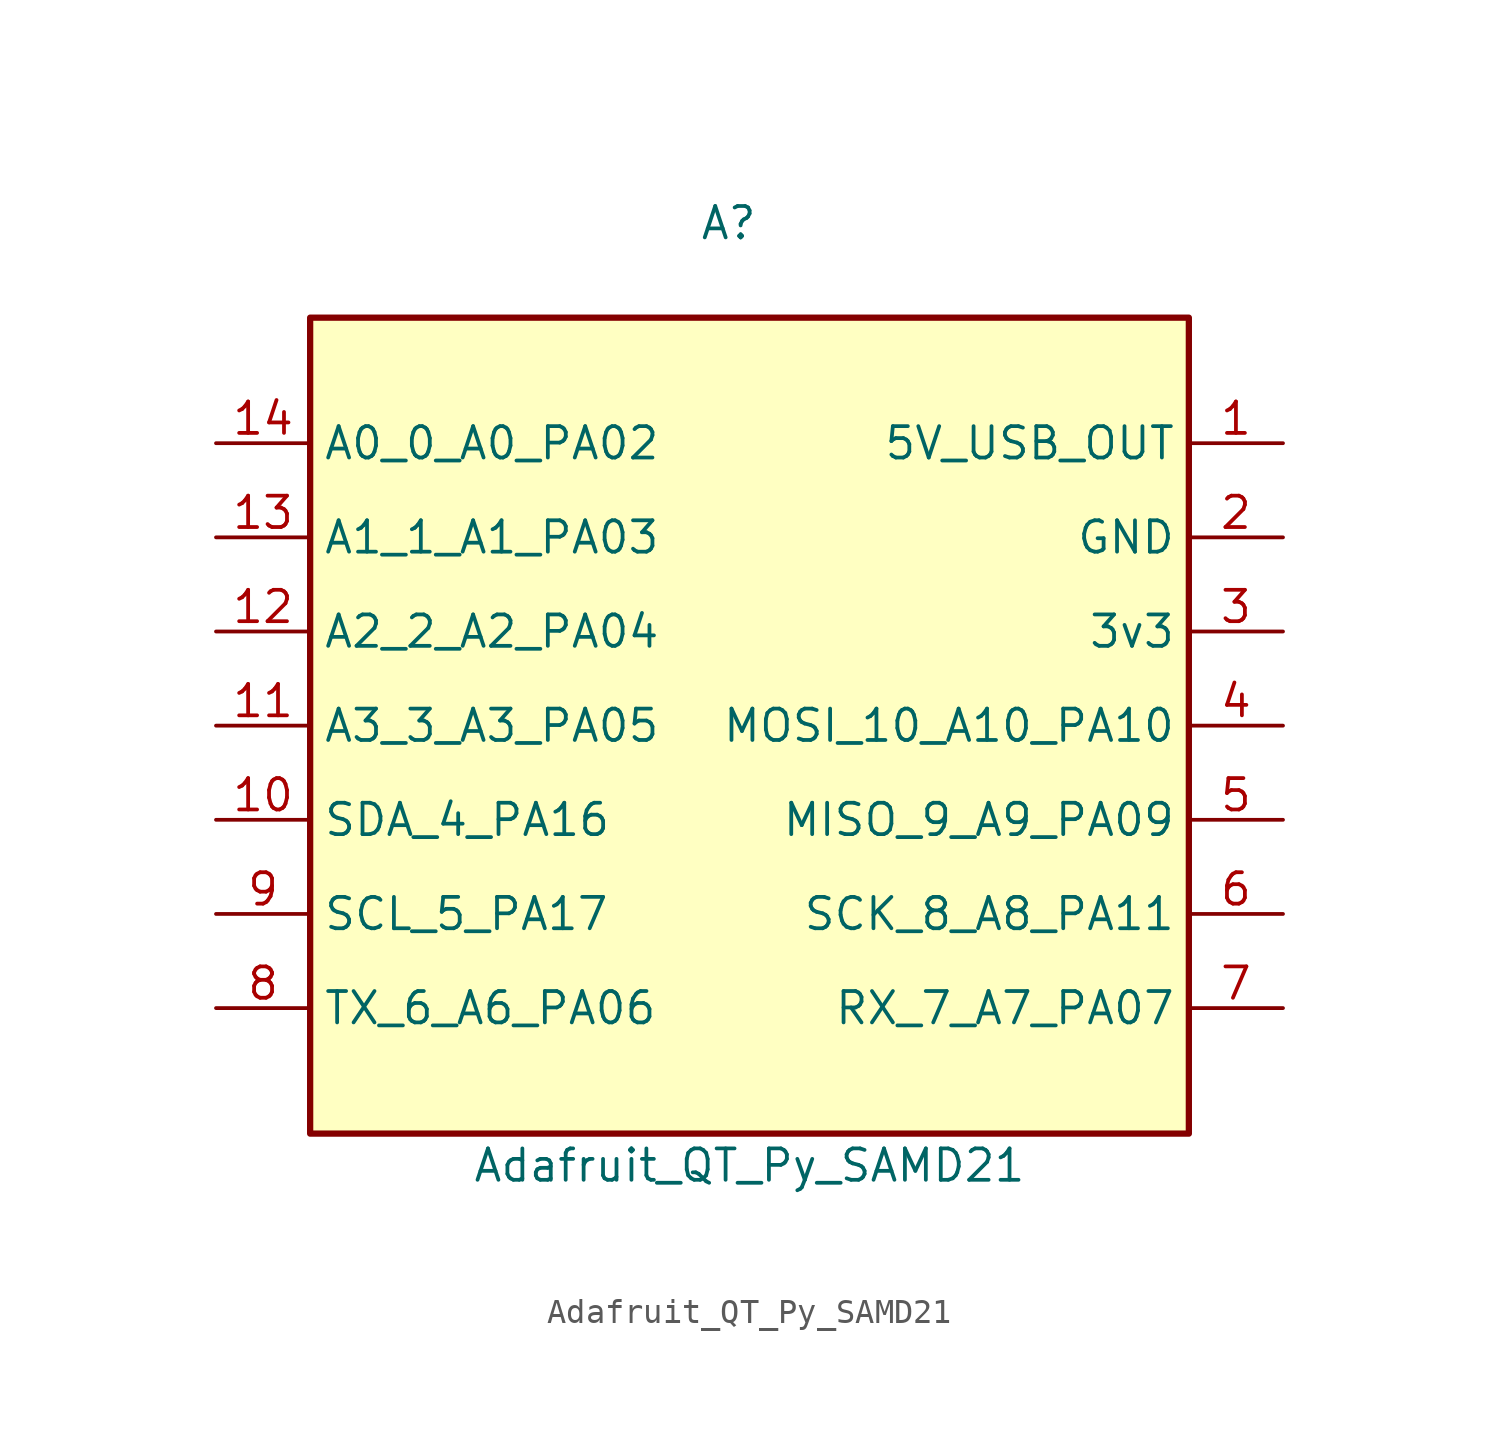
<source format=kicad_sym>
(kicad_symbol_lib
  (version 20231120)
  (generator "kicad_symbol_editor")
  (generator_version "8.0")
  (symbol "Adafruit_QT_Py_SAMD21"
    (property "Reference" "A"
      (at -2.032 21.082 0)
      (effects (font (size 1.27 1.27)) (justify left top)))
    (property "Value" "Adafruit_QT_Py_SAMD21"
      (at 0 -18.542 0)
      (effects (font (size 1.27 1.27)) (justify bottom)))
    (symbol "Adafruit_QT_Py_SAMD21_0_1"
      (rectangle (start -17.78 16.51) (end 17.78 -16.51) (stroke (width 0.254) (type default)) (fill (type background))))
    (symbol "Adafruit_QT_Py_SAMD21_1_1"
      (pin bidirectional line (at 21.59 11.43 180) (length 3.81) (name "5V_USB_OUT" (effects (font (size 1.27 1.27)))) (number "1" (effects (font (size 1.27 1.27)))))
      (pin bidirectional line (at -21.59 -3.81 0) (length 3.81) (name "SDA_4_PA16" (effects (font (size 1.27 1.27)))) (number "10" (effects (font (size 1.27 1.27)))))
      (pin bidirectional line (at -21.59 0 0) (length 3.81) (name "A3_3_A3_PA05" (effects (font (size 1.27 1.27)))) (number "11" (effects (font (size 1.27 1.27)))))
      (pin bidirectional line (at -21.59 3.81 0) (length 3.81) (name "A2_2_A2_PA04" (effects (font (size 1.27 1.27)))) (number "12" (effects (font (size 1.27 1.27)))))
      (pin bidirectional line (at -21.59 7.62 0) (length 3.81) (name "A1_1_A1_PA03" (effects (font (size 1.27 1.27)))) (number "13" (effects (font (size 1.27 1.27)))))
      (pin bidirectional line (at -21.59 11.43 0) (length 3.81) (name "A0_0_A0_PA02" (effects (font (size 1.27 1.27)))) (number "14" (effects (font (size 1.27 1.27)))))
      (pin power_in line (at 21.59 7.62 180) (length 3.81) (name "GND" (effects (font (size 1.27 1.27)))) (number "2" (effects (font (size 1.27 1.27)))))
      (pin power_in line (at 21.59 3.81 180) (length 3.81) (name "3v3" (effects (font (size 1.27 1.27)))) (number "3" (effects (font (size 1.27 1.27)))))
      (pin bidirectional line (at 21.59 0 180) (length 3.81) (name "MOSI_10_A10_PA10" (effects (font (size 1.27 1.27)))) (number "4" (effects (font (size 1.27 1.27)))))
      (pin bidirectional line (at 21.59 -3.81 180) (length 3.81) (name "MISO_9_A9_PA09" (effects (font (size 1.27 1.27)))) (number "5" (effects (font (size 1.27 1.27)))))
      (pin bidirectional line (at 21.59 -7.62 180) (length 3.81) (name "SCK_8_A8_PA11" (effects (font (size 1.27 1.27)))) (number "6" (effects (font (size 1.27 1.27)))))
      (pin bidirectional line (at 21.59 -11.43 180) (length 3.81) (name "RX_7_A7_PA07" (effects (font (size 1.27 1.27)))) (number "7" (effects (font (size 1.27 1.27)))))
      (pin bidirectional line (at -21.59 -11.43 0) (length 3.81) (name "TX_6_A6_PA06" (effects (font (size 1.27 1.27)))) (number "8" (effects (font (size 1.27 1.27)))))
      (pin bidirectional line (at -21.59 -7.62 0) (length 3.81) (name "SCL_5_PA17" (effects (font (size 1.27 1.27)))) (number "9" (effects (font (size 1.27 1.27))))))))
</source>
